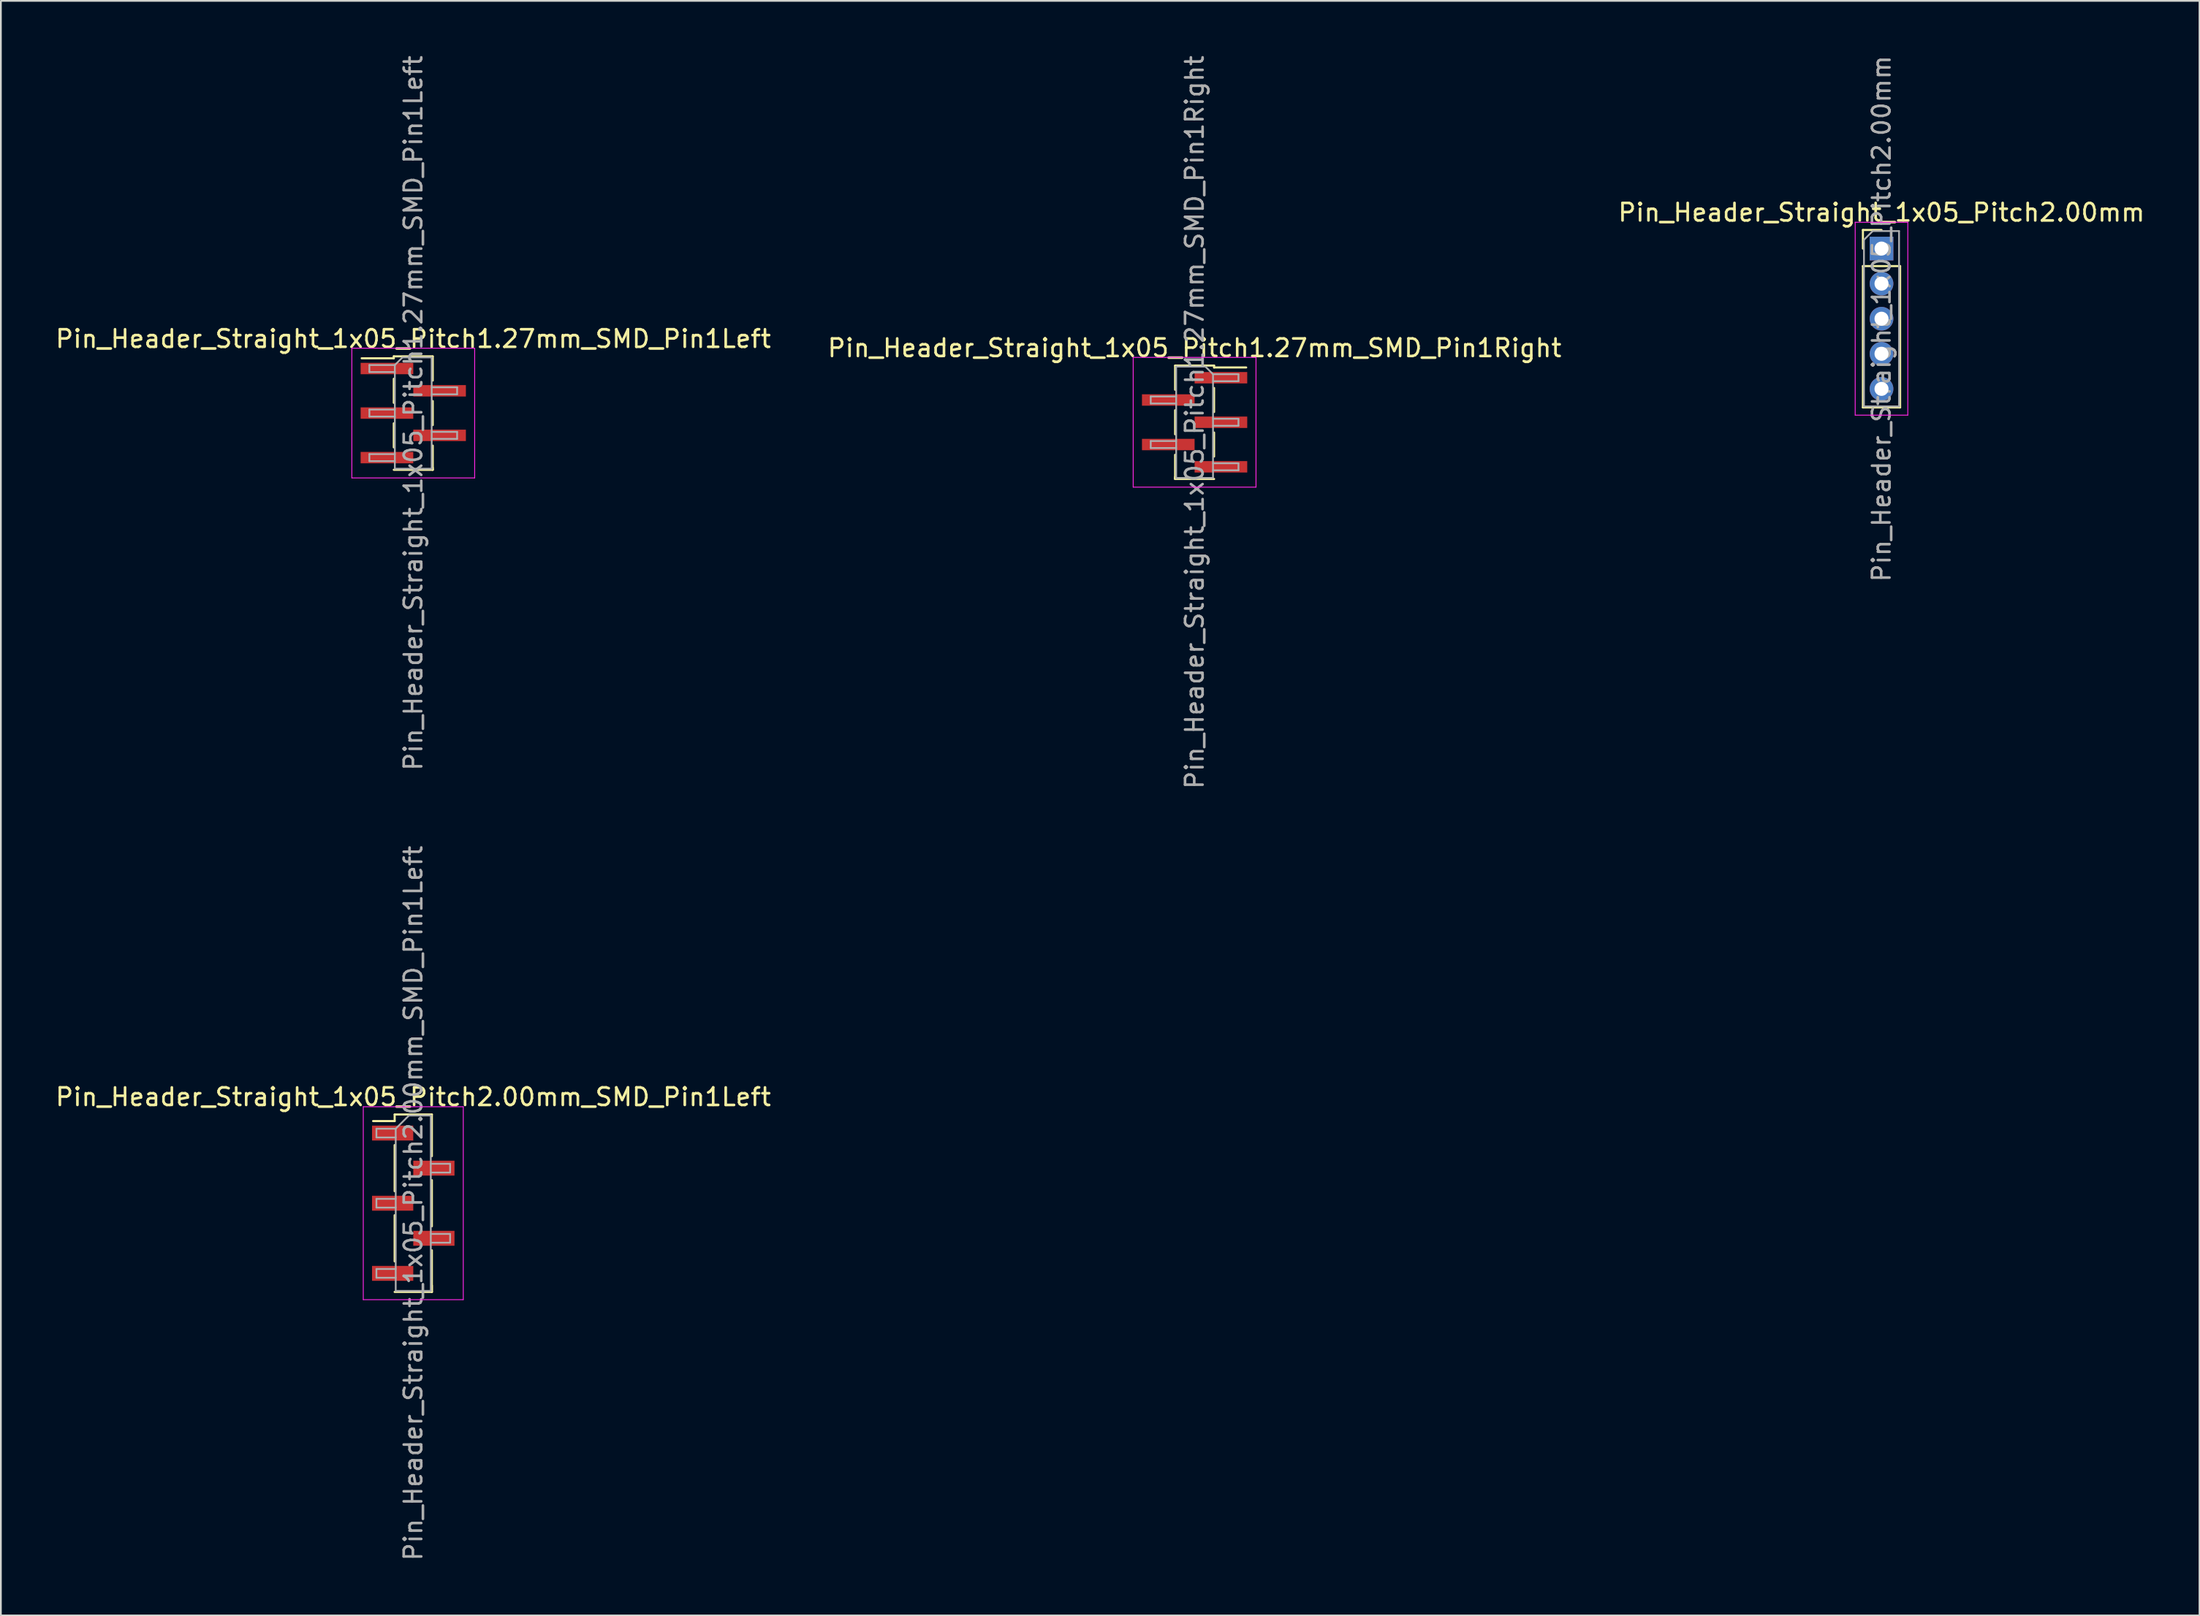
<source format=kicad_pcb>
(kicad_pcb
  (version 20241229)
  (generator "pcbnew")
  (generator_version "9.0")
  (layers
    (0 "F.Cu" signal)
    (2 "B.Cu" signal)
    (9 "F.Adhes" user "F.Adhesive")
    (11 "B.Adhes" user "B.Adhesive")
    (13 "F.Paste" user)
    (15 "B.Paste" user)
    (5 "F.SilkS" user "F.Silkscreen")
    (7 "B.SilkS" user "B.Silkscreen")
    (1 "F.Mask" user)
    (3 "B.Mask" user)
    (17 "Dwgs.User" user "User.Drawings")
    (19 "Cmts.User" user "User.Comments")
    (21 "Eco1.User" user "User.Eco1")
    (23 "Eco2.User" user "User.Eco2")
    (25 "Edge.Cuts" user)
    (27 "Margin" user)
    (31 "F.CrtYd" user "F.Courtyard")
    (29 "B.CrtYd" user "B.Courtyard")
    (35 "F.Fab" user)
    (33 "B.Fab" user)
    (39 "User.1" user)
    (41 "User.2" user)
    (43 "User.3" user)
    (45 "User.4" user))
  (footprint "Pin_Header_Straight_1x05_Pitch1.27mm_SMD_Pin1Left"
    (layer "F.Cu")
    (at 20.506 20.506)
    (property "Reference" "Pin_Header_Straight_1x05_Pitch1.27mm_SMD_Pin1Left" (at 0 -4.235 0) (layer "F.SilkS") (effects (font (size 1 1) (thickness 0.15))))
    (attr smd)
    (fp_line (start -1.11 -3.235) (end -1.11 -3.125) (stroke (width 0.12) (type solid)) (layer "F.SilkS"))
    (fp_line (start -1.11 -3.235) (end 1.11 -3.235) (stroke (width 0.12) (type solid)) (layer "F.SilkS"))
    (fp_line (start -1.11 -3.125) (end -2.94 -3.125) (stroke (width 0.12) (type solid)) (layer "F.SilkS"))
    (fp_line (start -1.11 -1.955) (end -1.11 -0.585) (stroke (width 0.12) (type solid)) (layer "F.SilkS"))
    (fp_line (start -1.11 0.585) (end -1.11 1.955) (stroke (width 0.12) (type solid)) (layer "F.SilkS"))
    (fp_line (start -1.11 3.235) (end 1.11 3.235) (stroke (width 0.12) (type solid)) (layer "F.SilkS"))
    (fp_line (start 1.11 -3.225) (end 1.11 -1.855) (stroke (width 0.12) (type solid)) (layer "F.SilkS"))
    (fp_line (start 1.11 -0.685) (end 1.11 0.685) (stroke (width 0.12) (type solid)) (layer "F.SilkS"))
    (fp_line (start 1.11 1.855) (end 1.11 3.225) (stroke (width 0.12) (type solid)) (layer "F.SilkS"))
    (fp_line (start 1.11 3.125) (end 1.11 3.235) (stroke (width 0.12) (type solid)) (layer "F.SilkS"))
    (fp_line (start -3.5 -3.7) (end -3.5 3.7) (stroke (width 0.05) (type solid)) (layer "F.CrtYd"))
    (fp_line (start -3.5 3.7) (end 3.5 3.7) (stroke (width 0.05) (type solid)) (layer "F.CrtYd"))
    (fp_line (start 3.5 -3.7) (end -3.5 -3.7) (stroke (width 0.05) (type solid)) (layer "F.CrtYd"))
    (fp_line (start 3.5 3.7) (end 3.5 -3.7) (stroke (width 0.05) (type solid)) (layer "F.CrtYd"))
    (fp_line (start -2.5 -2.74) (end -2.5 -2.34) (stroke (width 0.1) (type solid)) (layer "F.Fab"))
    (fp_line (start -2.5 -2.34) (end -1.05 -2.34) (stroke (width 0.1) (type solid)) (layer "F.Fab"))
    (fp_line (start -2.5 -0.2) (end -2.5 0.2) (stroke (width 0.1) (type solid)) (layer "F.Fab"))
    (fp_line (start -2.5 0.2) (end -1.05 0.2) (stroke (width 0.1) (type solid)) (layer "F.Fab"))
    (fp_line (start -2.5 2.34) (end -2.5 2.74) (stroke (width 0.1) (type solid)) (layer "F.Fab"))
    (fp_line (start -2.5 2.74) (end -1.05 2.74) (stroke (width 0.1) (type solid)) (layer "F.Fab"))
    (fp_line (start -1.05 -2.74) (end -2.5 -2.74) (stroke (width 0.1) (type solid)) (layer "F.Fab"))
    (fp_line (start -1.05 -2.74) (end -0.615 -3.175) (stroke (width 0.1) (type solid)) (layer "F.Fab"))
    (fp_line (start -1.05 -0.2) (end -2.5 -0.2) (stroke (width 0.1) (type solid)) (layer "F.Fab"))
    (fp_line (start -1.05 2.34) (end -2.5 2.34) (stroke (width 0.1) (type solid)) (layer "F.Fab"))
    (fp_line (start -1.05 3.175) (end -1.05 -2.74) (stroke (width 0.1) (type solid)) (layer "F.Fab"))
    (fp_line (start -0.615 -3.175) (end 1.05 -3.175) (stroke (width 0.1) (type solid)) (layer "F.Fab"))
    (fp_line (start 1.05 -3.175) (end 1.05 3.175) (stroke (width 0.1) (type solid)) (layer "F.Fab"))
    (fp_line (start 1.05 -1.47) (end 2.5 -1.47) (stroke (width 0.1) (type solid)) (layer "F.Fab"))
    (fp_line (start 1.05 1.07) (end 2.5 1.07) (stroke (width 0.1) (type solid)) (layer "F.Fab"))
    (fp_line (start 1.05 3.175) (end -1.05 3.175) (stroke (width 0.1) (type solid)) (layer "F.Fab"))
    (fp_line (start 2.5 -1.47) (end 2.5 -1.07) (stroke (width 0.1) (type solid)) (layer "F.Fab"))
    (fp_line (start 2.5 -1.07) (end 1.05 -1.07) (stroke (width 0.1) (type solid)) (layer "F.Fab"))
    (fp_line (start 2.5 1.07) (end 2.5 1.47) (stroke (width 0.1) (type solid)) (layer "F.Fab"))
    (fp_line (start 2.5 1.47) (end 1.05 1.47) (stroke (width 0.1) (type solid)) (layer "F.Fab"))
    (fp_text user "${REFERENCE}" (at 0 0 90) (layer "F.Fab") (effects (font (size 1 1) (thickness 0.15))))
    (pad "1" smd rect (at -1.5 -2.54) (size 3 0.65) (layers "F.Cu" "F.Mask" "F.Paste"))
    (pad "2" smd rect (at 1.5 -1.27) (size 3 0.65) (layers "F.Cu" "F.Mask" "F.Paste"))
    (pad "3" smd rect (at -1.5 0) (size 3 0.65) (layers "F.Cu" "F.Mask" "F.Paste"))
    (pad "4" smd rect (at 1.5 1.27) (size 3 0.65) (layers "F.Cu" "F.Mask" "F.Paste"))
    (pad "5" smd rect (at -1.5 2.54) (size 3 0.65) (layers "F.Cu" "F.Mask" "F.Paste")))
  (footprint "Pin_Header_Straight_1x05_Pitch1.27mm_SMD_Pin1Right"
    (layer "F.Cu")
    (at 65.042 21.03)
    (property "Reference" "Pin_Header_Straight_1x05_Pitch1.27mm_SMD_Pin1Right" (at 0 -4.235 0) (layer "F.SilkS") (effects (font (size 1 1) (thickness 0.15))))
    (attr smd)
    (fp_line (start -1.11 -3.235) (end 1.11 -3.235) (stroke (width 0.12) (type solid)) (layer "F.SilkS"))
    (fp_line (start -1.11 -3.225) (end -1.11 -1.855) (stroke (width 0.12) (type solid)) (layer "F.SilkS"))
    (fp_line (start -1.11 -0.685) (end -1.11 0.685) (stroke (width 0.12) (type solid)) (layer "F.SilkS"))
    (fp_line (start -1.11 1.855) (end -1.11 3.225) (stroke (width 0.12) (type solid)) (layer "F.SilkS"))
    (fp_line (start -1.11 3.125) (end -1.11 3.235) (stroke (width 0.12) (type solid)) (layer "F.SilkS"))
    (fp_line (start -1.11 3.235) (end 1.11 3.235) (stroke (width 0.12) (type solid)) (layer "F.SilkS"))
    (fp_line (start 1.11 -3.235) (end 1.11 -3.125) (stroke (width 0.12) (type solid)) (layer "F.SilkS"))
    (fp_line (start 1.11 -3.125) (end 2.94 -3.125) (stroke (width 0.12) (type solid)) (layer "F.SilkS"))
    (fp_line (start 1.11 -1.955) (end 1.11 -0.585) (stroke (width 0.12) (type solid)) (layer "F.SilkS"))
    (fp_line (start 1.11 0.585) (end 1.11 1.955) (stroke (width 0.12) (type solid)) (layer "F.SilkS"))
    (fp_line (start -3.5 -3.7) (end -3.5 3.7) (stroke (width 0.05) (type solid)) (layer "F.CrtYd"))
    (fp_line (start -3.5 3.7) (end 3.5 3.7) (stroke (width 0.05) (type solid)) (layer "F.CrtYd"))
    (fp_line (start 3.5 -3.7) (end -3.5 -3.7) (stroke (width 0.05) (type solid)) (layer "F.CrtYd"))
    (fp_line (start 3.5 3.7) (end 3.5 -3.7) (stroke (width 0.05) (type solid)) (layer "F.CrtYd"))
    (fp_line (start -2.5 -1.47) (end -2.5 -1.07) (stroke (width 0.1) (type solid)) (layer "F.Fab"))
    (fp_line (start -2.5 -1.07) (end -1.05 -1.07) (stroke (width 0.1) (type solid)) (layer "F.Fab"))
    (fp_line (start -2.5 1.07) (end -2.5 1.47) (stroke (width 0.1) (type solid)) (layer "F.Fab"))
    (fp_line (start -2.5 1.47) (end -1.05 1.47) (stroke (width 0.1) (type solid)) (layer "F.Fab"))
    (fp_line (start -1.05 -3.175) (end -1.05 3.175) (stroke (width 0.1) (type solid)) (layer "F.Fab"))
    (fp_line (start -1.05 -3.175) (end 0.615 -3.175) (stroke (width 0.1) (type solid)) (layer "F.Fab"))
    (fp_line (start -1.05 -1.47) (end -2.5 -1.47) (stroke (width 0.1) (type solid)) (layer "F.Fab"))
    (fp_line (start -1.05 1.07) (end -2.5 1.07) (stroke (width 0.1) (type solid)) (layer "F.Fab"))
    (fp_line (start 1.05 -2.74) (end 0.615 -3.175) (stroke (width 0.1) (type solid)) (layer "F.Fab"))
    (fp_line (start 1.05 -2.74) (end 2.5 -2.74) (stroke (width 0.1) (type solid)) (layer "F.Fab"))
    (fp_line (start 1.05 -0.2) (end 2.5 -0.2) (stroke (width 0.1) (type solid)) (layer "F.Fab"))
    (fp_line (start 1.05 2.34) (end 2.5 2.34) (stroke (width 0.1) (type solid)) (layer "F.Fab"))
    (fp_line (start 1.05 3.175) (end -1.05 3.175) (stroke (width 0.1) (type solid)) (layer "F.Fab"))
    (fp_line (start 1.05 3.175) (end 1.05 -2.74) (stroke (width 0.1) (type solid)) (layer "F.Fab"))
    (fp_line (start 2.5 -2.74) (end 2.5 -2.34) (stroke (width 0.1) (type solid)) (layer "F.Fab"))
    (fp_line (start 2.5 -2.34) (end 1.05 -2.34) (stroke (width 0.1) (type solid)) (layer "F.Fab"))
    (fp_line (start 2.5 -0.2) (end 2.5 0.2) (stroke (width 0.1) (type solid)) (layer "F.Fab"))
    (fp_line (start 2.5 0.2) (end 1.05 0.2) (stroke (width 0.1) (type solid)) (layer "F.Fab"))
    (fp_line (start 2.5 2.34) (end 2.5 2.74) (stroke (width 0.1) (type solid)) (layer "F.Fab"))
    (fp_line (start 2.5 2.74) (end 1.05 2.74) (stroke (width 0.1) (type solid)) (layer "F.Fab"))
    (fp_text user "${REFERENCE}" (at 0 0 90) (layer "F.Fab") (effects (font (size 1 1) (thickness 0.15))))
    (pad "1" smd rect (at 1.5 -2.54) (size 3 0.65) (layers "F.Cu" "F.Mask" "F.Paste"))
    (pad "2" smd rect (at -1.5 -1.27) (size 3 0.65) (layers "F.Cu" "F.Mask" "F.Paste"))
    (pad "3" smd rect (at 1.5 0) (size 3 0.65) (layers "F.Cu" "F.Mask" "F.Paste"))
    (pad "4" smd rect (at -1.5 1.27) (size 3 0.65) (layers "F.Cu" "F.Mask" "F.Paste"))
    (pad "5" smd rect (at 1.5 2.54) (size 3 0.65) (layers "F.Cu" "F.Mask" "F.Paste")))
  (footprint "Pin_Header_Straight_1x05_Pitch2.00mm"
    (layer "F.Cu")
    (at 104.196 11.125)
    (property "Reference" "Pin_Header_Straight_1x05_Pitch2.00mm" (at 0 -2.06 0) (layer "F.SilkS") (effects (font (size 1 1) (thickness 0.15))))
    (attr through_hole)
    (fp_line (start -1.06 -1.06) (end 0 -1.06) (stroke (width 0.12) (type solid)) (layer "F.SilkS"))
    (fp_line (start -1.06 0) (end -1.06 -1.06) (stroke (width 0.12) (type solid)) (layer "F.SilkS"))
    (fp_line (start -1.06 1) (end -1.06 9.06) (stroke (width 0.12) (type solid)) (layer "F.SilkS"))
    (fp_line (start -1.06 1) (end 1.06 1) (stroke (width 0.12) (type solid)) (layer "F.SilkS"))
    (fp_line (start -1.06 9.06) (end 1.06 9.06) (stroke (width 0.12) (type solid)) (layer "F.SilkS"))
    (fp_line (start 1.06 1) (end 1.06 9.06) (stroke (width 0.12) (type solid)) (layer "F.SilkS"))
    (fp_line (start -1.5 -1.5) (end -1.5 9.5) (stroke (width 0.05) (type solid)) (layer "F.CrtYd"))
    (fp_line (start -1.5 9.5) (end 1.5 9.5) (stroke (width 0.05) (type solid)) (layer "F.CrtYd"))
    (fp_line (start 1.5 -1.5) (end -1.5 -1.5) (stroke (width 0.05) (type solid)) (layer "F.CrtYd"))
    (fp_line (start 1.5 9.5) (end 1.5 -1.5) (stroke (width 0.05) (type solid)) (layer "F.CrtYd"))
    (fp_line (start -1 -0.5) (end -0.5 -1) (stroke (width 0.1) (type solid)) (layer "F.Fab"))
    (fp_line (start -1 9) (end -1 -0.5) (stroke (width 0.1) (type solid)) (layer "F.Fab"))
    (fp_line (start -0.5 -1) (end 1 -1) (stroke (width 0.1) (type solid)) (layer "F.Fab"))
    (fp_line (start 1 -1) (end 1 9) (stroke (width 0.1) (type solid)) (layer "F.Fab"))
    (fp_line (start 1 9) (end -1 9) (stroke (width 0.1) (type solid)) (layer "F.Fab"))
    (fp_text user "${REFERENCE}" (at 0 4 90) (layer "F.Fab") (effects (font (size 1 1) (thickness 0.15))))
    (pad "1" thru_hole rect (at 0 0) (size 1.35 1.35) (drill 0.8) (layers "*.Cu" "*.Mask"))
    (pad "2" thru_hole oval (at 0 2) (size 1.35 1.35) (drill 0.8) (layers "*.Cu" "*.Mask"))
    (pad "3" thru_hole oval (at 0 4) (size 1.35 1.35) (drill 0.8) (layers "*.Cu" "*.Mask"))
    (pad "4" thru_hole oval (at 0 6) (size 1.35 1.35) (drill 0.8) (layers "*.Cu" "*.Mask"))
    (pad "5" thru_hole oval (at 0 8) (size 1.35 1.35) (drill 0.8) (layers "*.Cu" "*.Mask")))
  (footprint "Pin_Header_Straight_1x05_Pitch2.00mm_SMD_Pin1Left"
    (layer "F.Cu")
    (at 20.506 65.565)
    (property "Reference" "Pin_Header_Straight_1x05_Pitch2.00mm_SMD_Pin1Left" (at 0 -6.06 0) (layer "F.SilkS") (effects (font (size 1 1) (thickness 0.15))))
    (attr smd)
    (fp_line (start -1.06 -5.06) (end -1.06 -4.685) (stroke (width 0.12) (type solid)) (layer "F.SilkS"))
    (fp_line (start -1.06 -5.06) (end 1.06 -5.06) (stroke (width 0.12) (type solid)) (layer "F.SilkS"))
    (fp_line (start -1.06 -4.685) (end -2.29 -4.685) (stroke (width 0.12) (type solid)) (layer "F.SilkS"))
    (fp_line (start -1.06 -3.315) (end -1.06 -0.685) (stroke (width 0.12) (type solid)) (layer "F.SilkS"))
    (fp_line (start -1.06 0.685) (end -1.06 3.315) (stroke (width 0.12) (type solid)) (layer "F.SilkS"))
    (fp_line (start -1.06 5.06) (end 1.06 5.06) (stroke (width 0.12) (type solid)) (layer "F.SilkS"))
    (fp_line (start 1.06 -5.06) (end 1.06 -2.685) (stroke (width 0.12) (type solid)) (layer "F.SilkS"))
    (fp_line (start 1.06 -1.315) (end 1.06 1.315) (stroke (width 0.12) (type solid)) (layer "F.SilkS"))
    (fp_line (start 1.06 2.685) (end 1.06 5.06) (stroke (width 0.12) (type solid)) (layer "F.SilkS"))
    (fp_line (start 1.06 4.685) (end 1.06 5.06) (stroke (width 0.12) (type solid)) (layer "F.SilkS"))
    (fp_line (start -2.85 -5.5) (end -2.85 5.5) (stroke (width 0.05) (type solid)) (layer "F.CrtYd"))
    (fp_line (start -2.85 5.5) (end 2.85 5.5) (stroke (width 0.05) (type solid)) (layer "F.CrtYd"))
    (fp_line (start 2.85 -5.5) (end -2.85 -5.5) (stroke (width 0.05) (type solid)) (layer "F.CrtYd"))
    (fp_line (start 2.85 5.5) (end 2.85 -5.5) (stroke (width 0.05) (type solid)) (layer "F.CrtYd"))
    (fp_line (start -2.1 -4.25) (end -2.1 -3.75) (stroke (width 0.1) (type solid)) (layer "F.Fab"))
    (fp_line (start -2.1 -3.75) (end -1 -3.75) (stroke (width 0.1) (type solid)) (layer "F.Fab"))
    (fp_line (start -2.1 -0.25) (end -2.1 0.25) (stroke (width 0.1) (type solid)) (layer "F.Fab"))
    (fp_line (start -2.1 0.25) (end -1 0.25) (stroke (width 0.1) (type solid)) (layer "F.Fab"))
    (fp_line (start -2.1 3.75) (end -2.1 4.25) (stroke (width 0.1) (type solid)) (layer "F.Fab"))
    (fp_line (start -2.1 4.25) (end -1 4.25) (stroke (width 0.1) (type solid)) (layer "F.Fab"))
    (fp_line (start -1 -4.25) (end -2.1 -4.25) (stroke (width 0.1) (type solid)) (layer "F.Fab"))
    (fp_line (start -1 -4.25) (end -0.25 -5) (stroke (width 0.1) (type solid)) (layer "F.Fab"))
    (fp_line (start -1 -0.25) (end -2.1 -0.25) (stroke (width 0.1) (type solid)) (layer "F.Fab"))
    (fp_line (start -1 3.75) (end -2.1 3.75) (stroke (width 0.1) (type solid)) (layer "F.Fab"))
    (fp_line (start -1 5) (end -1 -4.25) (stroke (width 0.1) (type solid)) (layer "F.Fab"))
    (fp_line (start -0.25 -5) (end 1 -5) (stroke (width 0.1) (type solid)) (layer "F.Fab"))
    (fp_line (start 1 -5) (end 1 5) (stroke (width 0.1) (type solid)) (layer "F.Fab"))
    (fp_line (start 1 -2.25) (end 2.1 -2.25) (stroke (width 0.1) (type solid)) (layer "F.Fab"))
    (fp_line (start 1 1.75) (end 2.1 1.75) (stroke (width 0.1) (type solid)) (layer "F.Fab"))
    (fp_line (start 1 5) (end -1 5) (stroke (width 0.1) (type solid)) (layer "F.Fab"))
    (fp_line (start 2.1 -2.25) (end 2.1 -1.75) (stroke (width 0.1) (type solid)) (layer "F.Fab"))
    (fp_line (start 2.1 -1.75) (end 1 -1.75) (stroke (width 0.1) (type solid)) (layer "F.Fab"))
    (fp_line (start 2.1 1.75) (end 2.1 2.25) (stroke (width 0.1) (type solid)) (layer "F.Fab"))
    (fp_line (start 2.1 2.25) (end 1 2.25) (stroke (width 0.1) (type solid)) (layer "F.Fab"))
    (fp_text user "${REFERENCE}" (at 0 0 90) (layer "F.Fab") (effects (font (size 1 1) (thickness 0.15))))
    (pad "1" smd rect (at -1.175 -4) (size 2.35 0.85) (layers "F.Cu" "F.Mask" "F.Paste"))
    (pad "2" smd rect (at 1.175 -2) (size 2.35 0.85) (layers "F.Cu" "F.Mask" "F.Paste"))
    (pad "3" smd rect (at -1.175 0) (size 2.35 0.85) (layers "F.Cu" "F.Mask" "F.Paste"))
    (pad "4" smd rect (at 1.175 2) (size 2.35 0.85) (layers "F.Cu" "F.Mask" "F.Paste"))
    (pad "5" smd rect (at -1.175 4) (size 2.35 0.85) (layers "F.Cu" "F.Mask" "F.Paste")))
  (gr_rect
    (start -3 -3)
    (end 122.321 89.071)
    (stroke (width 0.1) (type default))
    (fill no)
    (layer "Edge.Cuts")))
</source>
